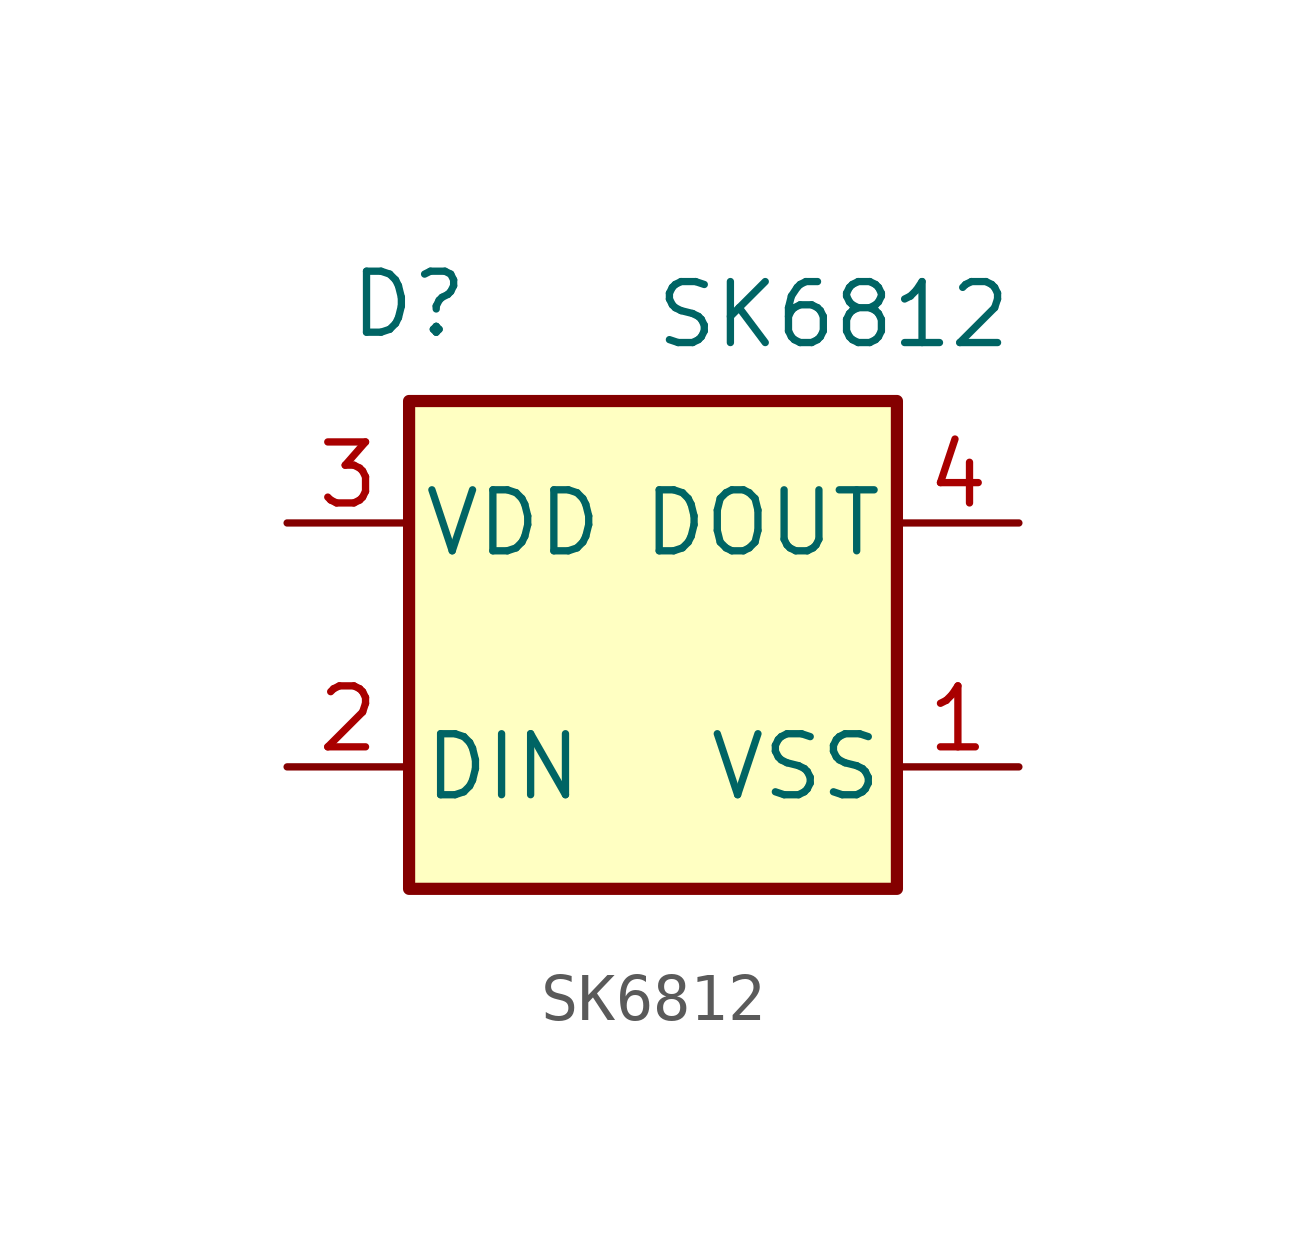
<source format=kicad_sym>
(kicad_symbol_lib
  (version 20241209)
  (generator "kicad_symbol_editor")
  (generator_version "9.0")
  (symbol "SK6812"
    (pin_names
      (offset 0.254))
    (property "Reference" "D"
      (at -3.81 6.35 0)
      (effects (font (size 1.27 1.27)) (justify right bottom)))
    (property "Value" "SK6812"
      (at 0 7.62 0)
      (effects (font (size 1.27 1.27)) (justify left top)))
    (symbol "SK6812_0_1"
      (rectangle (start -5.08 5.08) (end 5.08 -5.08) (stroke (width 0.254) (type default)) (fill (type background))))
    (symbol "SK6812_1_1"
      (pin power_in line (at -7.62 2.54 0) (length 2.54) (name "VDD" (effects (font (size 1.27 1.27)))) (number "3" (effects (font (size 1.27 1.27)))))
      (pin input line (at -7.62 -2.54 0) (length 2.54) (name "DIN" (effects (font (size 1.27 1.27)))) (number "2" (effects (font (size 1.27 1.27)))))
      (pin output line (at 7.62 2.54 180) (length 2.54) (name "DOUT" (effects (font (size 1.27 1.27)))) (number "4" (effects (font (size 1.27 1.27)))))
      (pin power_in line (at 7.62 -2.54 180) (length 2.54) (name "VSS" (effects (font (size 1.27 1.27)))) (number "1" (effects (font (size 1.27 1.27))))))))
</source>
